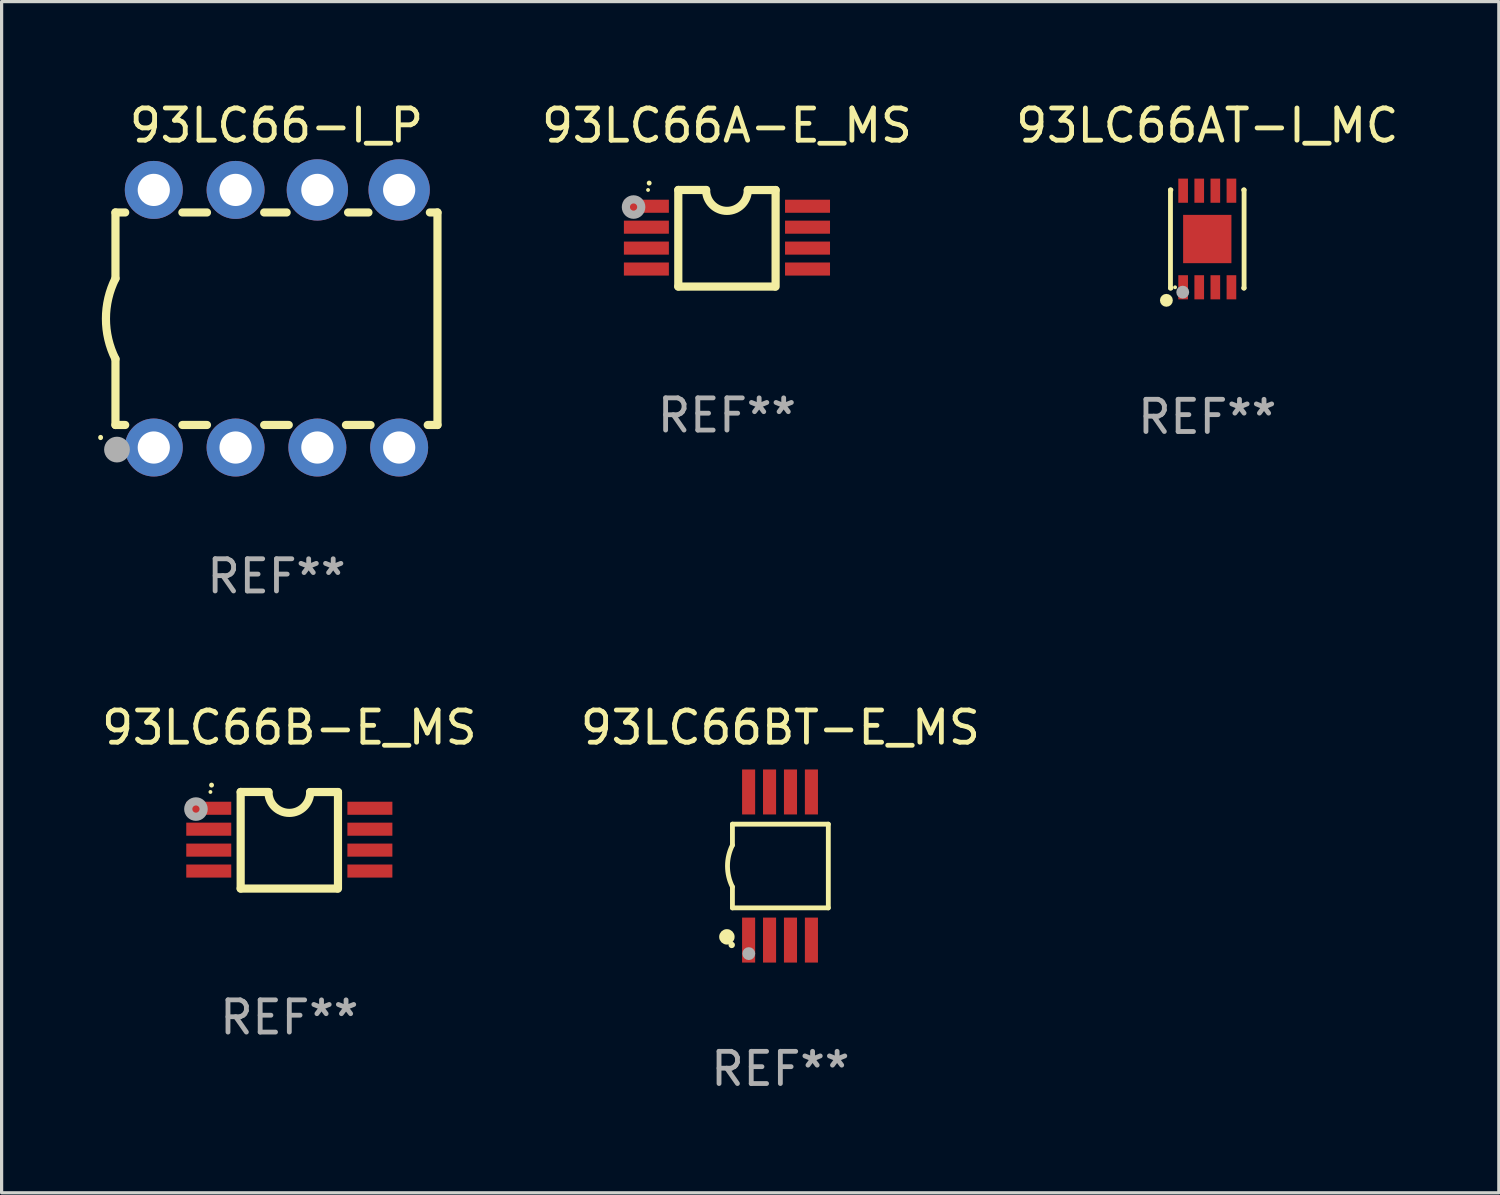
<source format=kicad_pcb>
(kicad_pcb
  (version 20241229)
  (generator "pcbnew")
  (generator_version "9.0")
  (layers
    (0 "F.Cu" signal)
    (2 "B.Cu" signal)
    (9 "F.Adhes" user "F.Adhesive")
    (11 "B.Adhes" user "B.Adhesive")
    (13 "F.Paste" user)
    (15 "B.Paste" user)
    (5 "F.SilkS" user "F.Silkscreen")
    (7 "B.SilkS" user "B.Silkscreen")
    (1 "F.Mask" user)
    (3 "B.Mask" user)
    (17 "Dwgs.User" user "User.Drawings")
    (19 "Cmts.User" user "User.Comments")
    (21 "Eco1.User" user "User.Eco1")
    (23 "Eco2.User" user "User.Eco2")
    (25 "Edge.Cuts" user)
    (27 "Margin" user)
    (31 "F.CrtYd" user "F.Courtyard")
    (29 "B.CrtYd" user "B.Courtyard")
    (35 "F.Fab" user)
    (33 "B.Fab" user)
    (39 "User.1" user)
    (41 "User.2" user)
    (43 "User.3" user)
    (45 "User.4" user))
  (footprint "93LC66BT-E_MS"
    (layer "F.Cu")
    (at 21.185 23.845)
    (property "Reference" "93LC66BT-E_MS" (at 0 -4.3 0) (layer "F.SilkS") (effects (font (size 1 1) (thickness 0.15))))
    (attr through_hole)
    (fp_line (start -1.489 -1.3) (end -1.489 -0.648) (stroke (width 0.15) (type solid)) (layer "F.SilkS"))
    (fp_line (start -1.489 0.648) (end -1.489 1.3) (stroke (width 0.15) (type solid)) (layer "F.SilkS"))
    (fp_line (start -1.489 1.3) (end 1.489 1.3) (stroke (width 0.15) (type solid)) (layer "F.SilkS"))
    (fp_line (start 1.489 -1.3) (end -1.489 -1.3) (stroke (width 0.15) (type solid)) (layer "F.SilkS"))
    (fp_line (start 1.489 1.3) (end 1.489 -1.3) (stroke (width 0.15) (type solid)) (layer "F.SilkS"))
    (fp_arc (start -1.489205 0.647702) (mid -1.642107 0) (end -1.489205 -0.647701) (stroke (width 0.150013) (type solid)) (layer "F.SilkS"))
    (fp_circle (center -1.661 2.2) (end -1.541 2.2) (stroke (width 0.24) (type solid)) (fill no) (layer "F.SilkS"))
    (fp_circle (center -1.511 2.45) (end -1.461 2.45) (stroke (width 0.1) (type solid)) (fill no) (layer "F.SilkS"))
    (fp_circle (center -0.981 2.72) (end -0.881 2.72) (stroke (width 0.2) (type solid)) (fill no) (layer "F.Fab"))
    (fp_text user "REF**" (at 0 6.3 0) (layer "F.Fab") (effects (font (size 1 1) (thickness 0.15))))
    (pad "1" smd rect (at -0.986 2.3) (size 0.406 1.397) (layers "F.Cu" "F.Mask" "F.Paste"))
    (pad "2" smd rect (at -0.336 2.3) (size 0.406 1.397) (layers "F.Cu" "F.Mask" "F.Paste"))
    (pad "3" smd rect (at 0.314 2.3) (size 0.406 1.397) (layers "F.Cu" "F.Mask" "F.Paste"))
    (pad "4" smd rect (at 0.964 2.3) (size 0.406 1.397) (layers "F.Cu" "F.Mask" "F.Paste"))
    (pad "5" smd rect (at 0.964 -2.3) (size 0.406 1.397) (layers "F.Cu" "F.Mask" "F.Paste"))
    (pad "6" smd rect (at 0.314 -2.3) (size 0.406 1.397) (layers "F.Cu" "F.Mask" "F.Paste"))
    (pad "7" smd rect (at -0.336 -2.3) (size 0.406 1.397) (layers "F.Cu" "F.Mask" "F.Paste"))
    (pad "8" smd rect (at -0.986 -2.3) (size 0.406 1.397) (layers "F.Cu" "F.Mask" "F.Paste")))
  (footprint "93LC66AT-I_MC"
    (layer "F.Cu")
    (at 34.443 4.372)
    (property "Reference" "93LC66AT-I_MC" (at 0 -3.524 0) (layer "F.SilkS") (effects (font (size 1 1) (thickness 0.15))))
    (attr through_hole)
    (fp_line (start -1.143 -1.524) (end -1.143 1.524) (stroke (width 0.15) (type solid)) (layer "F.SilkS"))
    (fp_line (start -1.143 1.524) (end -1.129 1.524) (stroke (width 0.15) (type solid)) (layer "F.SilkS"))
    (fp_line (start -1.129 -1.524) (end -1.143 -1.524) (stroke (width 0.15) (type solid)) (layer "F.SilkS"))
    (fp_line (start 1.129 1.524) (end 1.143 1.524) (stroke (width 0.15) (type solid)) (layer "F.SilkS"))
    (fp_line (start 1.143 -1.524) (end 1.129 -1.524) (stroke (width 0.15) (type solid)) (layer "F.SilkS"))
    (fp_line (start 1.143 1.524) (end 1.143 -1.524) (stroke (width 0.15) (type solid)) (layer "F.SilkS"))
    (fp_circle (center -1.27 1.905) (end -1.17 1.905) (stroke (width 0.2) (type solid)) (fill no) (layer "F.SilkS"))
    (fp_circle (center -1 1.5) (end -0.97 1.5) (stroke (width 0.06) (type solid)) (fill no) (layer "F.SilkS"))
    (fp_circle (center -0.762 1.651) (end -0.662 1.651) (stroke (width 0.2) (type solid)) (fill no) (layer "F.Fab"))
    (fp_text user "REF**" (at 0 5.524 0) (layer "F.Fab") (effects (font (size 1 1) (thickness 0.15))))
    (pad "1" smd rect (at -0.75 1.5 90) (size 0.75 0.3) (layers "F.Cu" "F.Mask" "F.Paste"))
    (pad "2" smd rect (at -0.25 1.5 90) (size 0.75 0.3) (layers "F.Cu" "F.Mask" "F.Paste"))
    (pad "3" smd rect (at 0.25 1.5 90) (size 0.75 0.3) (layers "F.Cu" "F.Mask" "F.Paste"))
    (pad "4" smd rect (at 0.75 1.5 90) (size 0.75 0.3) (layers "F.Cu" "F.Mask" "F.Paste"))
    (pad "5" smd rect (at 0.75 -1.5 90) (size 0.75 0.3) (layers "F.Cu" "F.Mask" "F.Paste"))
    (pad "6" smd rect (at 0.25 -1.5 90) (size 0.75 0.3) (layers "F.Cu" "F.Mask" "F.Paste"))
    (pad "7" smd rect (at -0.25 -1.5 90) (size 0.75 0.3) (layers "F.Cu" "F.Mask" "F.Paste"))
    (pad "8" smd rect (at -0.75 -1.5 90) (size 0.75 0.3) (layers "F.Cu" "F.Mask" "F.Paste"))
    (pad "9" smd rect (at -0.000254 0.001 90) (size 1.5 1.5) (layers "F.Cu" "F.Mask" "F.Paste")))
  (footprint "93LC66-I_P"
    (layer "F.Cu")
    (at 5.536 6.848)
    (property "Reference" "93LC66-I_P" (at 0 -6 0) (layer "F.SilkS") (effects (font (size 1 1) (thickness 0.15))))
    (attr through_hole)
    (fp_line (start -5 -3.3) (end -5 -1.25) (stroke (width 0.254) (type solid)) (layer "F.SilkS"))
    (fp_line (start -5 -3.3) (end -4.698 -3.3) (stroke (width 0.254) (type solid)) (layer "F.SilkS"))
    (fp_line (start -5 3.3) (end -5 1.25) (stroke (width 0.254) (type solid)) (layer "F.SilkS"))
    (fp_line (start -5 3.3) (end -4.698 3.3) (stroke (width 0.254) (type solid)) (layer "F.SilkS"))
    (fp_line (start -2.922 -3.3) (end -2.158 -3.3) (stroke (width 0.254) (type solid)) (layer "F.SilkS"))
    (fp_line (start -2.922 3.3) (end -2.158 3.3) (stroke (width 0.254) (type solid)) (layer "F.SilkS"))
    (fp_line (start -0.382 -3.3) (end 0.316 -3.3) (stroke (width 0.254) (type solid)) (layer "F.SilkS"))
    (fp_line (start -0.382 3.3) (end 0.382 3.3) (stroke (width 0.254) (type solid)) (layer "F.SilkS"))
    (fp_line (start 2.158 3.3) (end 2.922 3.3) (stroke (width 0.254) (type solid)) (layer "F.SilkS"))
    (fp_line (start 2.224 -3.3) (end 2.856 -3.3) (stroke (width 0.254) (type solid)) (layer "F.SilkS"))
    (fp_line (start 4.698 3.3) (end 5 3.3) (stroke (width 0.254) (type solid)) (layer "F.SilkS"))
    (fp_line (start 4.764 -3.3) (end 5 -3.3) (stroke (width 0.254) (type solid)) (layer "F.SilkS"))
    (fp_line (start 5 -3.3) (end 5 3.3) (stroke (width 0.254) (type solid)) (layer "F.SilkS"))
    (fp_arc (start -5.46124 3.694259) (mid -5.461175 3.688632) (end -5.460986 3.683007) (stroke (width 0.149987) (type solid)) (layer "F.SilkS"))
    (fp_arc (start -5.00127 1.249682) (mid -5.295892 -0.000313) (end -5.000025 -1.250013) (stroke (width 0.254001) (type solid)) (layer "F.SilkS"))
    (fp_circle (center -4.795 4.237) (end -4.765 4.237) (stroke (width 0.06) (type solid)) (fill no) (layer "F.SilkS"))
    (fp_circle (center -4.953 4.064) (end -4.753 4.064) (stroke (width 0.4) (type solid)) (fill no) (layer "F.Fab"))
    (fp_text user "REF**" (at 0 8 0) (layer "F.Fab") (effects (font (size 1 1) (thickness 0.15))))
    (pad "1" thru_hole circle (at -3.81 4) (size 1.8 1.8) (drill 1) (layers "*.Cu" "*.Mask"))
    (pad "2" thru_hole circle (at -1.27 4) (size 1.8 1.8) (drill 1) (layers "*.Cu" "*.Mask"))
    (pad "3" thru_hole circle (at 1.27 4) (size 1.8 1.8) (drill 1) (layers "*.Cu" "*.Mask"))
    (pad "4" thru_hole circle (at 3.81 4) (size 1.8 1.8) (drill 1) (layers "*.Cu" "*.Mask"))
    (pad "5" thru_hole circle (at 3.81 -4) (size 1.905 1.905) (drill 1) (layers "*.Cu" "*.Mask"))
    (pad "6" thru_hole circle (at 1.27 -4) (size 1.905 1.905) (drill 1) (layers "*.Cu" "*.Mask"))
    (pad "7" thru_hole circle (at -1.27 -4) (size 1.8 1.8) (drill 1) (layers "*.Cu" "*.Mask"))
    (pad "8" thru_hole circle (at -3.81 -4) (size 1.8 1.8) (drill 1) (layers "*.Cu" "*.Mask")))
  (footprint "93LC66A-E_MS"
    (layer "F.Cu")
    (at 19.526 4.35)
    (property "Reference" "93LC66A-E_MS" (at 0 -3.501 0) (layer "F.SilkS") (effects (font (size 1 1) (thickness 0.15))))
    (attr through_hole)
    (fp_line (start -1.511 -1.501) (end -1.511 1.499) (stroke (width 0.254) (type solid)) (layer "F.SilkS"))
    (fp_line (start -1.511 -1.501) (end -0.648 -1.501) (stroke (width 0.254) (type solid)) (layer "F.SilkS"))
    (fp_line (start -1.511 1.499) (end 1.489 1.499) (stroke (width 0.254) (type solid)) (layer "F.SilkS"))
    (fp_line (start 0.648 -1.499) (end 1.511 -1.499) (stroke (width 0.254) (type solid)) (layer "F.SilkS"))
    (fp_line (start 1.511 -1.499) (end 1.511 1.501) (stroke (width 0.254) (type solid)) (layer "F.SilkS"))
    (fp_arc (start -2.41491 -1.713233) (mid -2.414916 -1.714503) (end -2.41491 -1.715773) (stroke (width 0.150013) (type solid)) (layer "F.SilkS"))
    (fp_arc (start 0.647803 -1.498603) (mid 0.000102 -0.850902) (end -0.647599 -1.498603) (stroke (width 0.254001) (type solid)) (layer "F.SilkS"))
    (fp_circle (center -2.45 -1.501) (end -2.42 -1.501) (stroke (width 0.06) (type solid)) (fill no) (layer "F.SilkS"))
    (fp_circle (center -2.9 -0.97) (end -2.788 -0.97) (stroke (width 0.254) (type solid)) (fill no) (layer "F.Fab"))
    (fp_text user "REF**" (at 0 5.501 0) (layer "F.Fab") (effects (font (size 1 1) (thickness 0.15))))
    (pad "1" smd rect (at -2.502 -0.995) (size 1.397 0.406) (layers "F.Cu" "F.Mask" "F.Paste"))
    (pad "2" smd rect (at -2.502 -0.345) (size 1.397 0.406) (layers "F.Cu" "F.Mask" "F.Paste"))
    (pad "3" smd rect (at -2.502 0.305) (size 1.397 0.406) (layers "F.Cu" "F.Mask" "F.Paste"))
    (pad "4" smd rect (at -2.502 0.955) (size 1.397 0.406) (layers "F.Cu" "F.Mask" "F.Paste"))
    (pad "5" smd rect (at 2.502 0.955) (size 1.397 0.406) (layers "F.Cu" "F.Mask" "F.Paste"))
    (pad "6" smd rect (at 2.502 0.305) (size 1.397 0.406) (layers "F.Cu" "F.Mask" "F.Paste"))
    (pad "7" smd rect (at 2.502 -0.345) (size 1.397 0.406) (layers "F.Cu" "F.Mask" "F.Paste"))
    (pad "8" smd rect (at 2.502 -0.995) (size 1.397 0.406) (layers "F.Cu" "F.Mask" "F.Paste")))
  (footprint "93LC66B-E_MS"
    (layer "F.Cu")
    (at 5.935 23.046)
    (property "Reference" "93LC66B-E_MS" (at 0 -3.501 0) (layer "F.SilkS") (effects (font (size 1 1) (thickness 0.15))))
    (attr through_hole)
    (fp_line (start -1.511 -1.501) (end -1.511 1.499) (stroke (width 0.254) (type solid)) (layer "F.SilkS"))
    (fp_line (start -1.511 -1.501) (end -0.648 -1.501) (stroke (width 0.254) (type solid)) (layer "F.SilkS"))
    (fp_line (start -1.511 1.499) (end 1.489 1.499) (stroke (width 0.254) (type solid)) (layer "F.SilkS"))
    (fp_line (start 0.648 -1.499) (end 1.511 -1.499) (stroke (width 0.254) (type solid)) (layer "F.SilkS"))
    (fp_line (start 1.511 -1.499) (end 1.511 1.501) (stroke (width 0.254) (type solid)) (layer "F.SilkS"))
    (fp_arc (start -2.41491 -1.713233) (mid -2.414916 -1.714503) (end -2.41491 -1.715773) (stroke (width 0.150013) (type solid)) (layer "F.SilkS"))
    (fp_arc (start 0.647803 -1.498603) (mid 0.000102 -0.850902) (end -0.647599 -1.498603) (stroke (width 0.254001) (type solid)) (layer "F.SilkS"))
    (fp_circle (center -2.45 -1.501) (end -2.42 -1.501) (stroke (width 0.06) (type solid)) (fill no) (layer "F.SilkS"))
    (fp_circle (center -2.9 -0.97) (end -2.788 -0.97) (stroke (width 0.254) (type solid)) (fill no) (layer "F.Fab"))
    (fp_text user "REF**" (at 0 5.501 0) (layer "F.Fab") (effects (font (size 1 1) (thickness 0.15))))
    (pad "1" smd rect (at -2.502 -0.995) (size 1.397 0.406) (layers "F.Cu" "F.Mask" "F.Paste"))
    (pad "2" smd rect (at -2.502 -0.345) (size 1.397 0.406) (layers "F.Cu" "F.Mask" "F.Paste"))
    (pad "3" smd rect (at -2.502 0.305) (size 1.397 0.406) (layers "F.Cu" "F.Mask" "F.Paste"))
    (pad "4" smd rect (at -2.502 0.955) (size 1.397 0.406) (layers "F.Cu" "F.Mask" "F.Paste"))
    (pad "5" smd rect (at 2.502 0.955) (size 1.397 0.406) (layers "F.Cu" "F.Mask" "F.Paste"))
    (pad "6" smd rect (at 2.502 0.305) (size 1.397 0.406) (layers "F.Cu" "F.Mask" "F.Paste"))
    (pad "7" smd rect (at 2.502 -0.345) (size 1.397 0.406) (layers "F.Cu" "F.Mask" "F.Paste"))
    (pad "8" smd rect (at 2.502 -0.995) (size 1.397 0.406) (layers "F.Cu" "F.Mask" "F.Paste")))
  (gr_rect
    (start -3 -3)
    (end 43.497 33.993)
    (stroke (width 0.1) (type default))
    (fill no)
    (layer "Edge.Cuts")))
</source>
